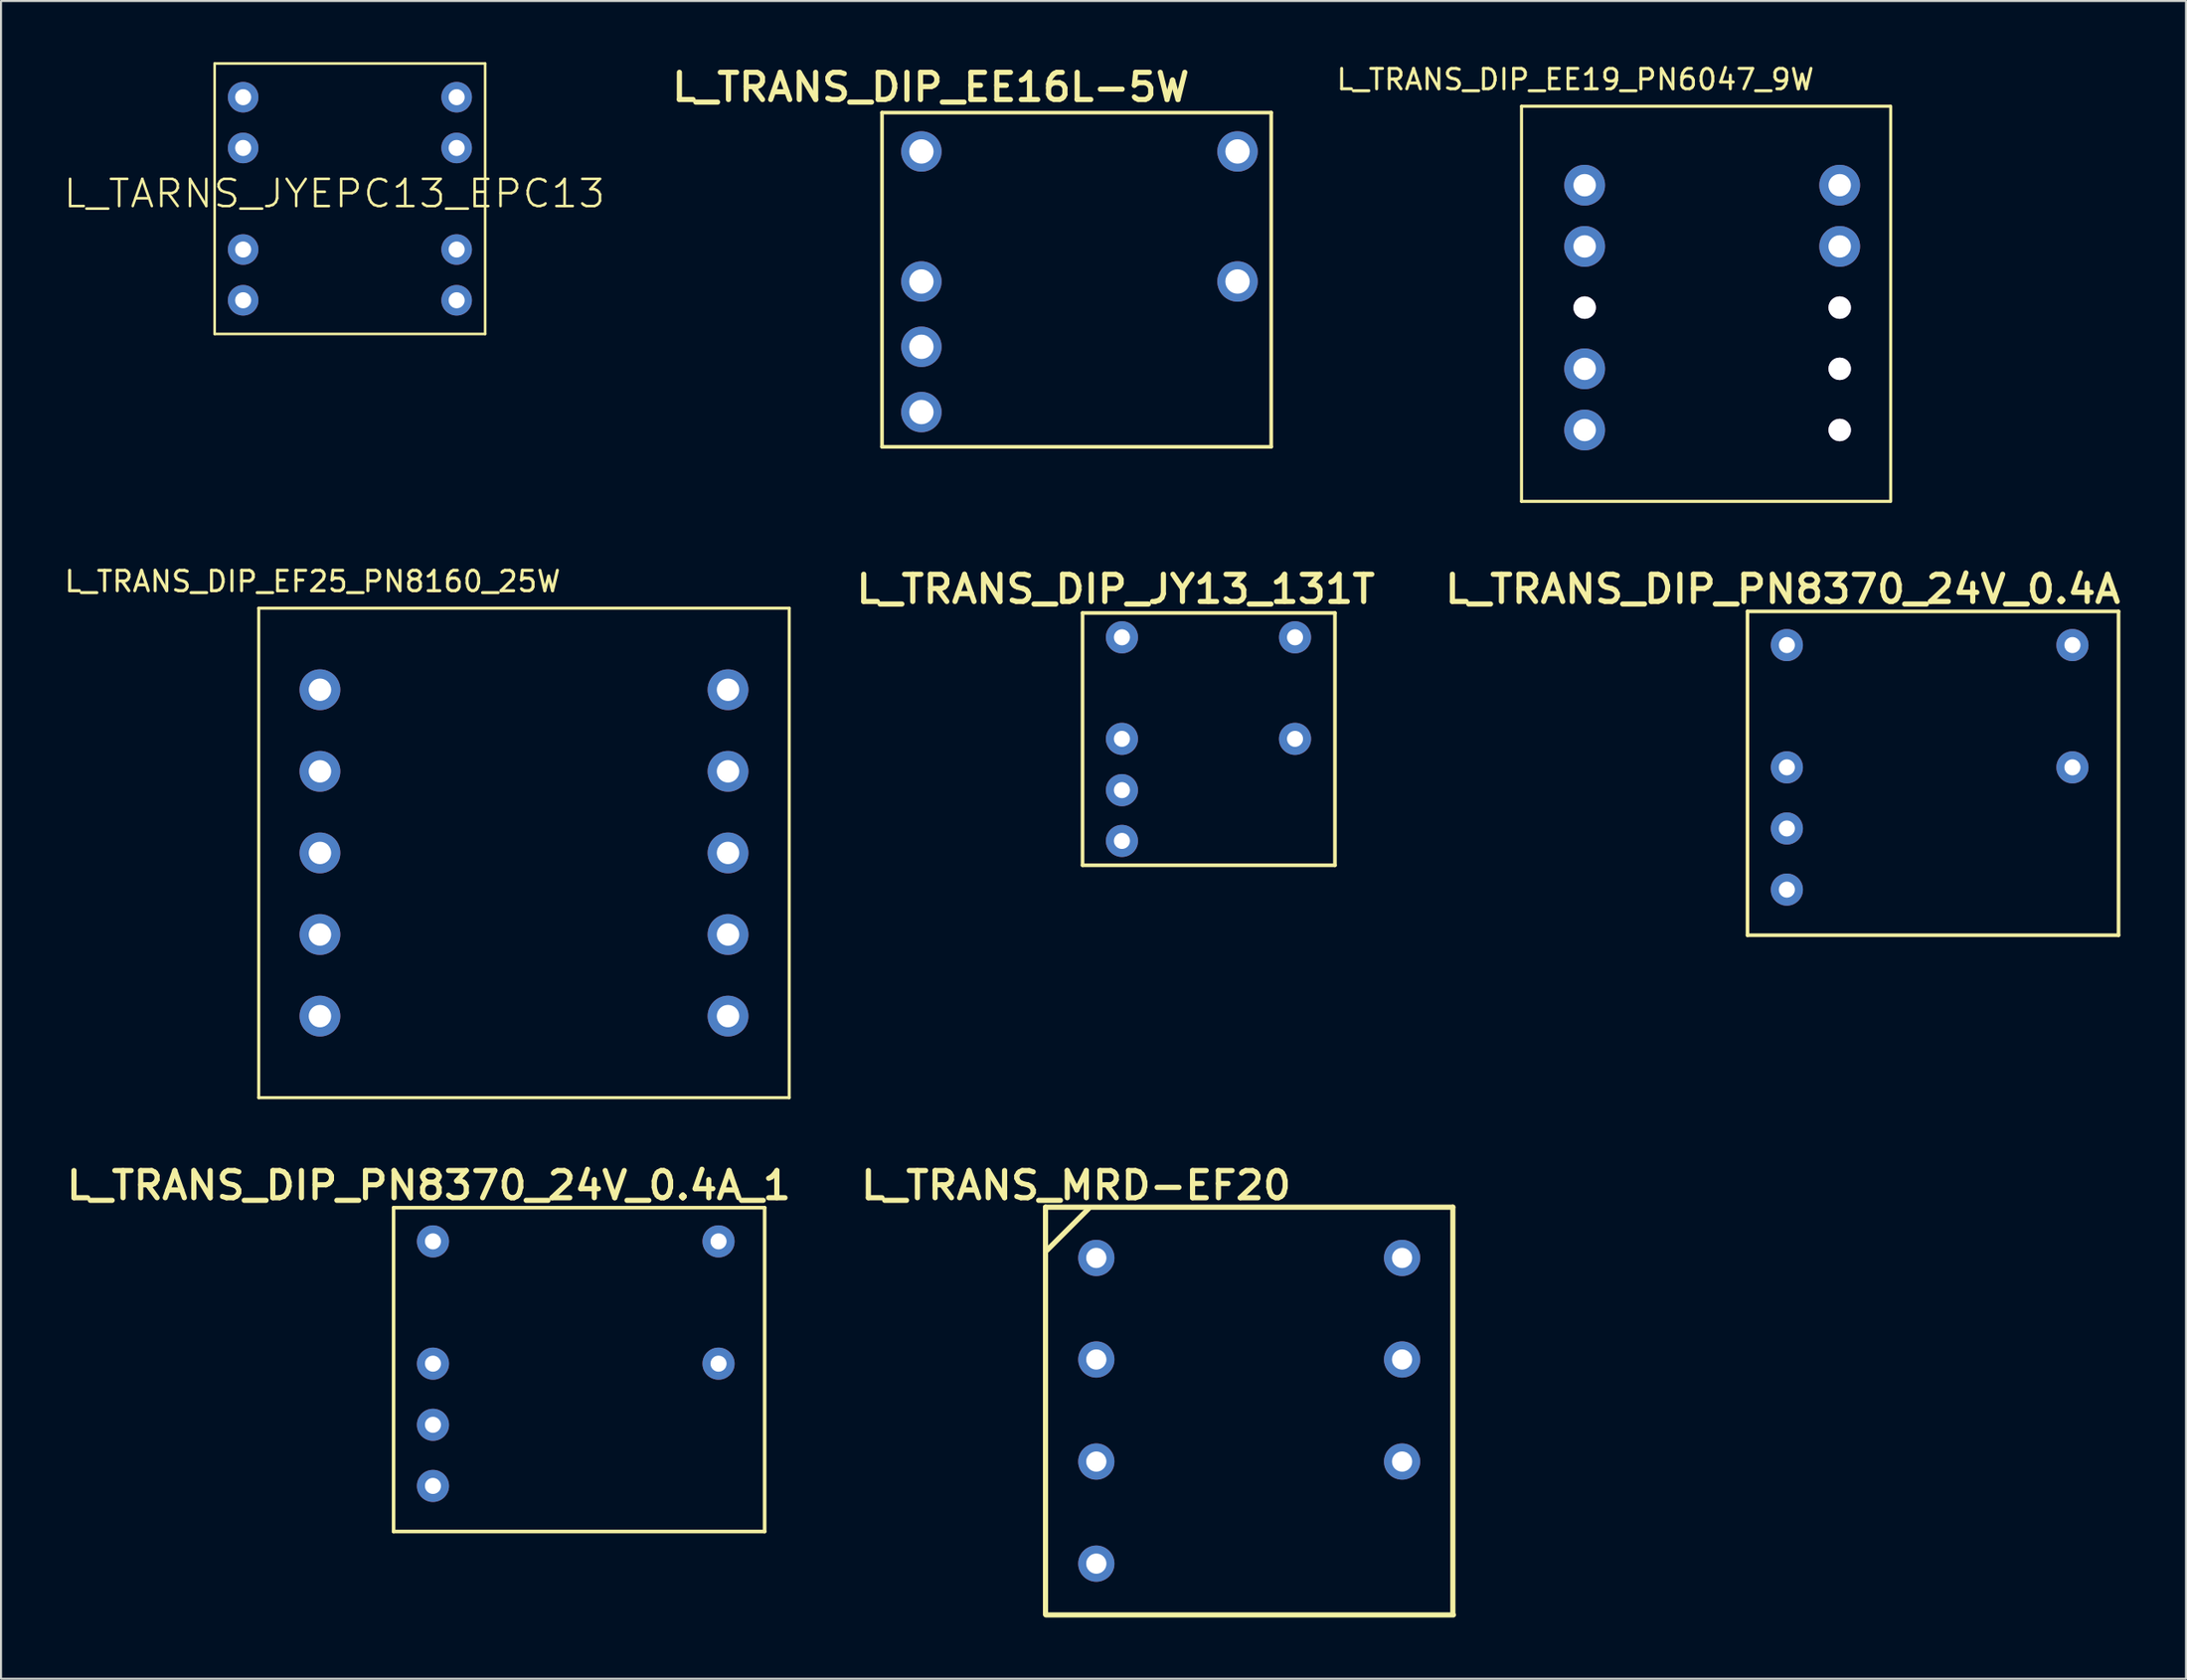
<source format=kicad_pcb>
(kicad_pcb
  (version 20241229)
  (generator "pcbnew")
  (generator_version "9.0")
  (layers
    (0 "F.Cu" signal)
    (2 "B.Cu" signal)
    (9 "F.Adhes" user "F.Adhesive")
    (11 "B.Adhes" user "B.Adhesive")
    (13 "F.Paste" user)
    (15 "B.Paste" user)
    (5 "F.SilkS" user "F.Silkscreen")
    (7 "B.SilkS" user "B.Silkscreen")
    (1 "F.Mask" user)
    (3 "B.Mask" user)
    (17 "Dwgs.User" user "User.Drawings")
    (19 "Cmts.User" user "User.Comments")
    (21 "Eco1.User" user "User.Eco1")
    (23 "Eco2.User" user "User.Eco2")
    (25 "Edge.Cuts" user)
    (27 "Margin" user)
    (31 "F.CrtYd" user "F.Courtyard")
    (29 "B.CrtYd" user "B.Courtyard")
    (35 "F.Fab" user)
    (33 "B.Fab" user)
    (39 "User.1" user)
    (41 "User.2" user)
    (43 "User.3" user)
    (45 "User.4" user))
  (footprint "L_TARNS_JYEPC13_EPC13"
    (layer "F.Cu")
    (at 14.099 6.693)
    (property "Reference" "L_TARNS_JYEPC13_EPC13" (at -0.762 -0.254 0) (unlocked yes) (layer "F.SilkS") (effects (font (size 1.333 1.402) (thickness 0.127))))
    (attr smd)
    (fp_line (start -6.629 -6.629) (end 6.629 -6.629) (stroke (width 0.127) (type solid)) (layer "F.SilkS"))
    (fp_line (start -6.629 6.629) (end -6.629 -6.629) (stroke (width 0.127) (type solid)) (layer "F.SilkS"))
    (fp_line (start -6.629 6.629) (end 6.629 6.629) (stroke (width 0.127) (type solid)) (layer "F.SilkS"))
    (fp_line (start 6.629 6.629) (end 6.629 -6.629) (stroke (width 0.127) (type solid)) (layer "F.SilkS"))
    (pad "1" thru_hole circle (at -5.232 -4.978) (size 1.499 1.499) (drill 0.787) (layers "*.Cu" "*.Mask"))
    (pad "2" thru_hole circle (at -5.232 -2.489) (size 1.499 1.499) (drill 0.787) (layers "*.Cu" "*.Mask"))
    (pad "4" thru_hole circle (at -5.232 2.489) (size 1.499 1.499) (drill 0.787) (layers "*.Cu" "*.Mask"))
    (pad "5" thru_hole circle (at -5.232 4.978) (size 1.499 1.499) (drill 0.787) (layers "*.Cu" "*.Mask"))
    (pad "6" thru_hole circle (at 5.232 4.978) (size 1.499 1.499) (drill 0.787) (layers "*.Cu" "*.Mask"))
    (pad "7" thru_hole circle (at 5.232 2.489) (size 1.499 1.499) (drill 0.787) (layers "*.Cu" "*.Mask"))
    (pad "9" thru_hole circle (at 5.232 -2.489) (size 1.499 1.499) (drill 0.787) (layers "*.Cu" "*.Mask"))
    (pad "10" thru_hole circle (at 5.232 -4.978) (size 1.499 1.499) (drill 0.787) (layers "*.Cu" "*.Mask")))
  (footprint "L_TRANS_DIP_EE16L-5W"
    (layer "F.Cu")
    (at 49.831 10.471)
    (property "Reference" "L_TRANS_DIP_EE16L-5W" (at -7.264 -9.246 0) (unlocked yes) (layer "F.SilkS") (effects (font (size 1.333 1.402) (thickness 0.254))))
    (attr smd)
    (fp_line (start -9.652 -8.001) (end 9.423 -8.001) (stroke (width 0.178) (type solid)) (layer "F.SilkS"))
    (fp_line (start -9.652 8.382) (end -9.652 -8.001) (stroke (width 0.178) (type solid)) (layer "F.SilkS"))
    (fp_line (start -9.652 8.382) (end 9.423 8.382) (stroke (width 0.178) (type solid)) (layer "F.SilkS"))
    (fp_line (start 9.423 8.382) (end 9.423 -8.001) (stroke (width 0.178) (type solid)) (layer "F.SilkS"))
    (pad "1" thru_hole circle (at -7.722 -6.096 90) (size 1.981 1.981) (drill 1.194) (layers "*.Cu" "*.Mask"))
    (pad "3" thru_hole circle (at -7.722 0.279 90) (size 1.981 1.981) (drill 1.194) (layers "*.Cu" "*.Mask"))
    (pad "4" thru_hole circle (at -7.722 3.48 90) (size 1.981 1.981) (drill 1.194) (layers "*.Cu" "*.Mask"))
    (pad "5" thru_hole circle (at -7.722 6.68 90) (size 1.981 1.981) (drill 1.194) (layers "*.Cu" "*.Mask"))
    (pad "8" thru_hole circle (at 7.772 0.279 270) (size 1.981 1.981) (drill 1.194) (layers "*.Cu" "*.Mask"))
    (pad "10" thru_hole circle (at 7.772 -6.096 90) (size 1.981 1.981) (drill 1.194) (layers "*.Cu" "*.Mask")))
  (footprint "L_TRANS_DIP_JY13_131T"
    (layer "F.Cu")
    (at 56.154 33.273)
    (property "Reference" "L_TRANS_DIP_JY13_131T" (at -4.521 -7.442 0) (unlocked yes) (layer "F.SilkS") (effects (font (size 1.333 1.402) (thickness 0.254))))
    (attr smd)
    (fp_line (start -6.147 -6.274) (end 6.223 -6.274) (stroke (width 0.178) (type solid)) (layer "F.SilkS"))
    (fp_line (start -6.147 6.096) (end -6.147 -6.274) (stroke (width 0.178) (type solid)) (layer "F.SilkS"))
    (fp_line (start -6.147 6.096) (end 6.223 6.096) (stroke (width 0.178) (type solid)) (layer "F.SilkS"))
    (fp_line (start 6.223 6.096) (end 6.223 -6.274) (stroke (width 0.178) (type solid)) (layer "F.SilkS"))
    (pad "1" thru_hole circle (at -4.216 -5.08 90) (size 1.575 1.575) (drill 0.787) (layers "*.Cu" "*.Mask"))
    (pad "3" thru_hole circle (at -4.216 -0.102 90) (size 1.575 1.575) (drill 0.787) (layers "*.Cu" "*.Mask"))
    (pad "4" thru_hole circle (at -4.216 2.413 90) (size 1.575 1.575) (drill 0.787) (layers "*.Cu" "*.Mask"))
    (pad "5" thru_hole circle (at -4.216 4.902 90) (size 1.575 1.575) (drill 0.787) (layers "*.Cu" "*.Mask"))
    (pad "8" thru_hole circle (at 4.267 -0.102 90) (size 1.575 1.575) (drill 0.787) (layers "*.Cu" "*.Mask"))
    (pad "10" thru_hole circle (at 4.267 -5.08 90) (size 1.575 1.575) (drill 0.787) (layers "*.Cu" "*.Mask")))
  (footprint "L_TRANS_DIP_PN8370_24V_0.4A"
    (layer "F.Cu")
    (at 91.36 34.822)
    (property "Reference" "L_TRANS_DIP_PN8370_24V_0.4A" (at -7.036 -8.992 0) (unlocked yes) (layer "F.SilkS") (effects (font (size 1.333 1.402) (thickness 0.254))))
    (attr smd)
    (fp_line (start -8.763 -7.899) (end 9.423 -7.899) (stroke (width 0.178) (type solid)) (layer "F.SilkS"))
    (fp_line (start -8.763 7.976) (end -8.763 -7.899) (stroke (width 0.178) (type solid)) (layer "F.SilkS"))
    (fp_line (start -8.763 7.976) (end 9.423 7.976) (stroke (width 0.178) (type solid)) (layer "F.SilkS"))
    (fp_line (start 9.423 7.976) (end 9.423 -7.899) (stroke (width 0.178) (type solid)) (layer "F.SilkS"))
    (pad "1" thru_hole circle (at -6.833 -6.248 90) (size 1.575 1.575) (drill 0.787) (layers "*.Cu" "*.Mask"))
    (pad "3" thru_hole circle (at -6.833 -0.254 90) (size 1.575 1.575) (drill 0.787) (layers "*.Cu" "*.Mask"))
    (pad "4" thru_hole circle (at -6.833 2.743 90) (size 1.575 1.575) (drill 0.787) (layers "*.Cu" "*.Mask"))
    (pad "5" thru_hole circle (at -6.833 5.74 90) (size 1.575 1.575) (drill 0.787) (layers "*.Cu" "*.Mask"))
    (pad "8" thru_hole circle (at 7.163 -0.254 90) (size 1.575 1.575) (drill 0.787) (layers "*.Cu" "*.Mask"))
    (pad "10" thru_hole circle (at 7.163 -6.248 90) (size 1.575 1.575) (drill 0.787) (layers "*.Cu" "*.Mask")))
  (footprint "L_TRANS_DIP_EE19_PN6047_9W"
    (layer "F.Cu")
    (at 80.458 11.872)
    (property "Reference" "L_TRANS_DIP_EE19_PN6047_9W" (at -6.299 -11.024 0) (unlocked yes) (layer "F.SilkS") (effects (font (size 1 1) (thickness 0.15))))
    (attr smd)
    (fp_line (start -8.936 -9.714) (end -8.936 9.658) (stroke (width 0.15) (type solid)) (layer "F.SilkS"))
    (fp_line (start -8.936 9.658) (end 9.144 9.658) (stroke (width 0.15) (type solid)) (layer "F.SilkS"))
    (fp_line (start 9.144 -9.714) (end -8.936 -9.714) (stroke (width 0.15) (type solid)) (layer "F.SilkS"))
    (fp_line (start 9.158 9.652) (end 9.158 -9.714) (stroke (width 0.15) (type solid)) (layer "F.SilkS"))
    (pad "1" thru_hole circle (at -5.842 -5.842 90) (size 2 2) (drill 1.1) (layers "*.Cu" "*.Mask"))
    (pad "2" thru_hole circle (at -5.842 -2.842) (size 2 2) (drill 1.1) (layers "*.Cu" "*.Mask"))
    (pad "3" thru_hole circle (at -5.842 0.158 90) (size 1.1 1.1) (drill 1.1) (layers "*.Cu" "*.Mask"))
    (pad "4" thru_hole circle (at -5.842 3.158 90) (size 2 2) (drill 1.1) (layers "*.Cu" "*.Mask"))
    (pad "5" thru_hole circle (at -5.842 6.158 90) (size 2 2) (drill 1.1) (layers "*.Cu" "*.Mask"))
    (pad "6" thru_hole circle (at 6.658 6.158) (size 1.1 1.1) (drill 1.1) (layers "*.Cu" "*.Mask"))
    (pad "7" thru_hole circle (at 6.658 3.158) (size 1.1 1.1) (drill 1.1) (layers "*.Cu" "*.Mask"))
    (pad "8" thru_hole circle (at 6.658 0.158 90) (size 1.1 1.1) (drill 1.1) (layers "*.Cu" "*.Mask"))
    (pad "9" thru_hole circle (at 6.658 -2.842) (size 2 2) (drill 1.1) (layers "*.Cu" "*.Mask"))
    (pad "10" thru_hole circle (at 6.658 -5.842 90) (size 2 2) (drill 1.1) (layers "*.Cu" "*.Mask")))
  (footprint "L_TRANS_MRD-EF20"
    (layer "F.Cu")
    (at 57.057 66.62)
    (property "Reference" "L_TRANS_MRD-EF20" (at -7.366 -11.557 0) (unlocked yes) (layer "F.SilkS") (effects (font (size 1.333 1.402) (thickness 0.254))))
    (attr smd)
    (fp_line (start -8.865 -10.49) (end 11.1 -10.49) (stroke (width 0.254) (type solid)) (layer "F.SilkS"))
    (fp_line (start -8.865 9.474) (end -8.865 -10.49) (stroke (width 0.254) (type solid)) (layer "F.SilkS"))
    (fp_line (start -8.839 9.5) (end 11.125 9.5) (stroke (width 0.254) (type solid)) (layer "F.SilkS"))
    (fp_line (start -8.788 -8.382) (end -6.756 -10.414) (stroke (width 0.254) (type solid)) (layer "F.SilkS"))
    (fp_line (start 11.1 9.474) (end 11.1 -10.49) (stroke (width 0.254) (type solid)) (layer "F.SilkS"))
    (pad "1" thru_hole circle (at -6.375 -8.001) (size 1.778 1.778) (drill 0.991) (layers "*.Cu" "*.Mask"))
    (pad "2" thru_hole circle (at -6.375 -3.023) (size 1.778 1.778) (drill 0.991) (layers "*.Cu" "*.Mask"))
    (pad "3" thru_hole circle (at -6.375 1.981) (size 1.778 1.778) (drill 0.991) (layers "*.Cu" "*.Mask"))
    (pad "4" thru_hole circle (at -6.375 6.985) (size 1.778 1.778) (drill 0.991) (layers "*.Cu" "*.Mask"))
    (pad "6" thru_hole circle (at 8.611 1.981) (size 1.778 1.778) (drill 0.991) (layers "*.Cu" "*.Mask"))
    (pad "7" thru_hole circle (at 8.611 -3.023) (size 1.778 1.778) (drill 0.991) (layers "*.Cu" "*.Mask"))
    (pad "8" thru_hole circle (at 8.611 -8.001) (size 1.778 1.778) (drill 0.991) (layers "*.Cu" "*.Mask")))
  (footprint "L_TRANS_DIP_EF25_PN8160_25W"
    (layer "F.Cu")
    (at 22.631 38.763)
    (property "Reference" "L_TRANS_DIP_EF25_PN8160_25W" (at -10.363 -13.31 0) (unlocked yes) (layer "F.SilkS") (effects (font (size 1 1) (thickness 0.15))))
    (attr smd)
    (fp_line (start -13 -12) (end -13 12) (stroke (width 0.15) (type solid)) (layer "F.SilkS"))
    (fp_line (start -13 12) (end 13 12) (stroke (width 0.15) (type solid)) (layer "F.SilkS"))
    (fp_line (start 13 -12) (end -13 -12) (stroke (width 0.15) (type solid)) (layer "F.SilkS"))
    (fp_line (start 13 12) (end 13 -12) (stroke (width 0.15) (type solid)) (layer "F.SilkS"))
    (pad "1" thru_hole circle (at -10 -8 90) (size 2 2) (drill 1.1) (layers "*.Cu" "*.Mask"))
    (pad "2" thru_hole circle (at -10 -4) (size 2 2) (drill 1.1) (layers "*.Cu" "*.Mask"))
    (pad "3" thru_hole circle (at -10 0 90) (size 2 2) (drill 1.1) (layers "*.Cu" "*.Mask"))
    (pad "4" thru_hole circle (at -10 4 90) (size 2 2) (drill 1.1) (layers "*.Cu" "*.Mask"))
    (pad "5" thru_hole circle (at -10 8 90) (size 2 2) (drill 1.1) (layers "*.Cu" "*.Mask"))
    (pad "6" thru_hole circle (at 10 8) (size 2 2) (drill 1.1) (layers "*.Cu" "*.Mask"))
    (pad "7" thru_hole circle (at 10 4) (size 2 2) (drill 1.1) (layers "*.Cu" "*.Mask"))
    (pad "8" thru_hole circle (at 10 0 90) (size 2 2) (drill 1.1) (layers "*.Cu" "*.Mask"))
    (pad "9" thru_hole circle (at 10 -4) (size 2 2) (drill 1.1) (layers "*.Cu" "*.Mask"))
    (pad "10" thru_hole circle (at 10 -8 90) (size 2 2) (drill 1.1) (layers "*.Cu" "*.Mask")))
  (footprint "L_TRANS_DIP_PN8370_24V_0.4A_1"
    (layer "F.Cu")
    (at 25.003 64.055)
    (property "Reference" "L_TRANS_DIP_PN8370_24V_0.4A_1" (at -7.036 -8.992 0) (unlocked yes) (layer "F.SilkS") (effects (font (size 1.333 1.402) (thickness 0.254))))
    (attr smd)
    (fp_line (start -8.763 -7.899) (end 9.423 -7.899) (stroke (width 0.178) (type solid)) (layer "F.SilkS"))
    (fp_line (start -8.763 7.976) (end -8.763 -7.899) (stroke (width 0.178) (type solid)) (layer "F.SilkS"))
    (fp_line (start -8.763 7.976) (end 9.423 7.976) (stroke (width 0.178) (type solid)) (layer "F.SilkS"))
    (fp_line (start 9.423 7.976) (end 9.423 -7.899) (stroke (width 0.178) (type solid)) (layer "F.SilkS"))
    (pad "1" thru_hole circle (at -6.833 -6.248 90) (size 1.575 1.575) (drill 0.787) (layers "*.Cu" "*.Mask"))
    (pad "3" thru_hole circle (at -6.833 -0.254 90) (size 1.575 1.575) (drill 0.787) (layers "*.Cu" "*.Mask"))
    (pad "4" thru_hole circle (at -6.833 2.743 90) (size 1.575 1.575) (drill 0.787) (layers "*.Cu" "*.Mask"))
    (pad "5" thru_hole circle (at -6.833 5.74 90) (size 1.575 1.575) (drill 0.787) (layers "*.Cu" "*.Mask"))
    (pad "8" thru_hole circle (at 7.163 -0.254 90) (size 1.575 1.575) (drill 0.787) (layers "*.Cu" "*.Mask"))
    (pad "10" thru_hole circle (at 7.163 -6.248 90) (size 1.575 1.575) (drill 0.787) (layers "*.Cu" "*.Mask")))
  (gr_rect
    (start -3 -3)
    (end 104.089 79.247)
    (stroke (width 0.1) (type default))
    (fill no)
    (layer "Edge.Cuts")))
</source>
